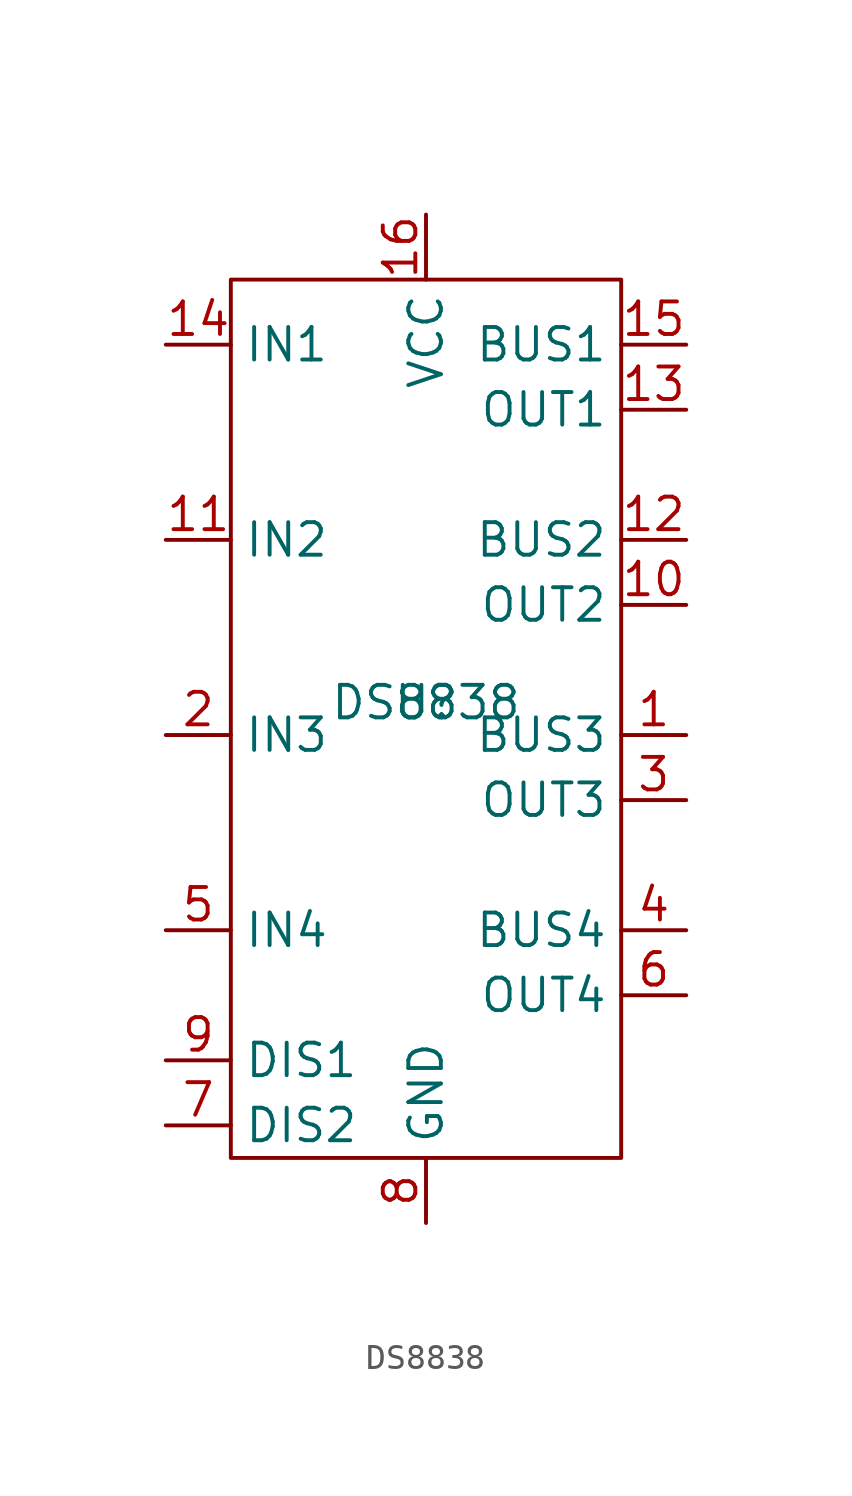
<source format=kicad_sym>
(kicad_symbol_lib
  (version 20220914)
  (generator kicad_symbol_editor)
  (symbol "DS8838"
    (property "Reference" "U"
      (at 0 0 0)
      (effects (font (size 1.27 1.27))))
    (property "Value" "DS8838"
      (at 0 0 0)
      (effects (font (size 1.27 1.27))))
    (symbol "DS8838_0_1"
      (rectangle (start -7.62 16.51) (end 7.62 -17.78) (stroke (width 0) (type default)) (fill (type none))))
    (symbol "DS8838_1_1"
      (pin open_collector line (at 10.16 -1.27 180) (length 2.54) (name "BUS3" (effects (font (size 1.27 1.27)))) (number "1" (effects (font (size 1.27 1.27)))))
      (pin output line (at 10.16 3.81 180) (length 2.54) (name "OUT2" (effects (font (size 1.27 1.27)))) (number "10" (effects (font (size 1.27 1.27)))))
      (pin input line (at -10.16 6.35 0) (length 2.54) (name "IN2" (effects (font (size 1.27 1.27)))) (number "11" (effects (font (size 1.27 1.27)))))
      (pin open_collector line (at 10.16 6.35 180) (length 2.54) (name "BUS2" (effects (font (size 1.27 1.27)))) (number "12" (effects (font (size 1.27 1.27)))))
      (pin output line (at 10.16 11.43 180) (length 2.54) (name "OUT1" (effects (font (size 1.27 1.27)))) (number "13" (effects (font (size 1.27 1.27)))))
      (pin input line (at -10.16 13.97 0) (length 2.54) (name "IN1" (effects (font (size 1.27 1.27)))) (number "14" (effects (font (size 1.27 1.27)))))
      (pin open_collector line (at 10.16 13.97 180) (length 2.54) (name "BUS1" (effects (font (size 1.27 1.27)))) (number "15" (effects (font (size 1.27 1.27)))))
      (pin power_in line (at 0 19.05 270) (length 2.54) (name "VCC" (effects (font (size 1.27 1.27)))) (number "16" (effects (font (size 1.27 1.27)))))
      (pin input line (at -10.16 -1.27 0) (length 2.54) (name "IN3" (effects (font (size 1.27 1.27)))) (number "2" (effects (font (size 1.27 1.27)))))
      (pin output line (at 10.16 -3.81 180) (length 2.54) (name "OUT3" (effects (font (size 1.27 1.27)))) (number "3" (effects (font (size 1.27 1.27)))))
      (pin open_collector line (at 10.16 -8.89 180) (length 2.54) (name "BUS4" (effects (font (size 1.27 1.27)))) (number "4" (effects (font (size 1.27 1.27)))))
      (pin input line (at -10.16 -8.89 0) (length 2.54) (name "IN4" (effects (font (size 1.27 1.27)))) (number "5" (effects (font (size 1.27 1.27)))))
      (pin output line (at 10.16 -11.43 180) (length 2.54) (name "OUT4" (effects (font (size 1.27 1.27)))) (number "6" (effects (font (size 1.27 1.27)))))
      (pin input line (at -10.16 -16.51 0) (length 2.54) (name "DIS2" (effects (font (size 1.27 1.27)))) (number "7" (effects (font (size 1.27 1.27)))))
      (pin power_in line (at 0 -20.32 90) (length 2.54) (name "GND" (effects (font (size 1.27 1.27)))) (number "8" (effects (font (size 1.27 1.27)))))
      (pin input line (at -10.16 -13.97 0) (length 2.54) (name "DIS1" (effects (font (size 1.27 1.27)))) (number "9" (effects (font (size 1.27 1.27))))))))
</source>
